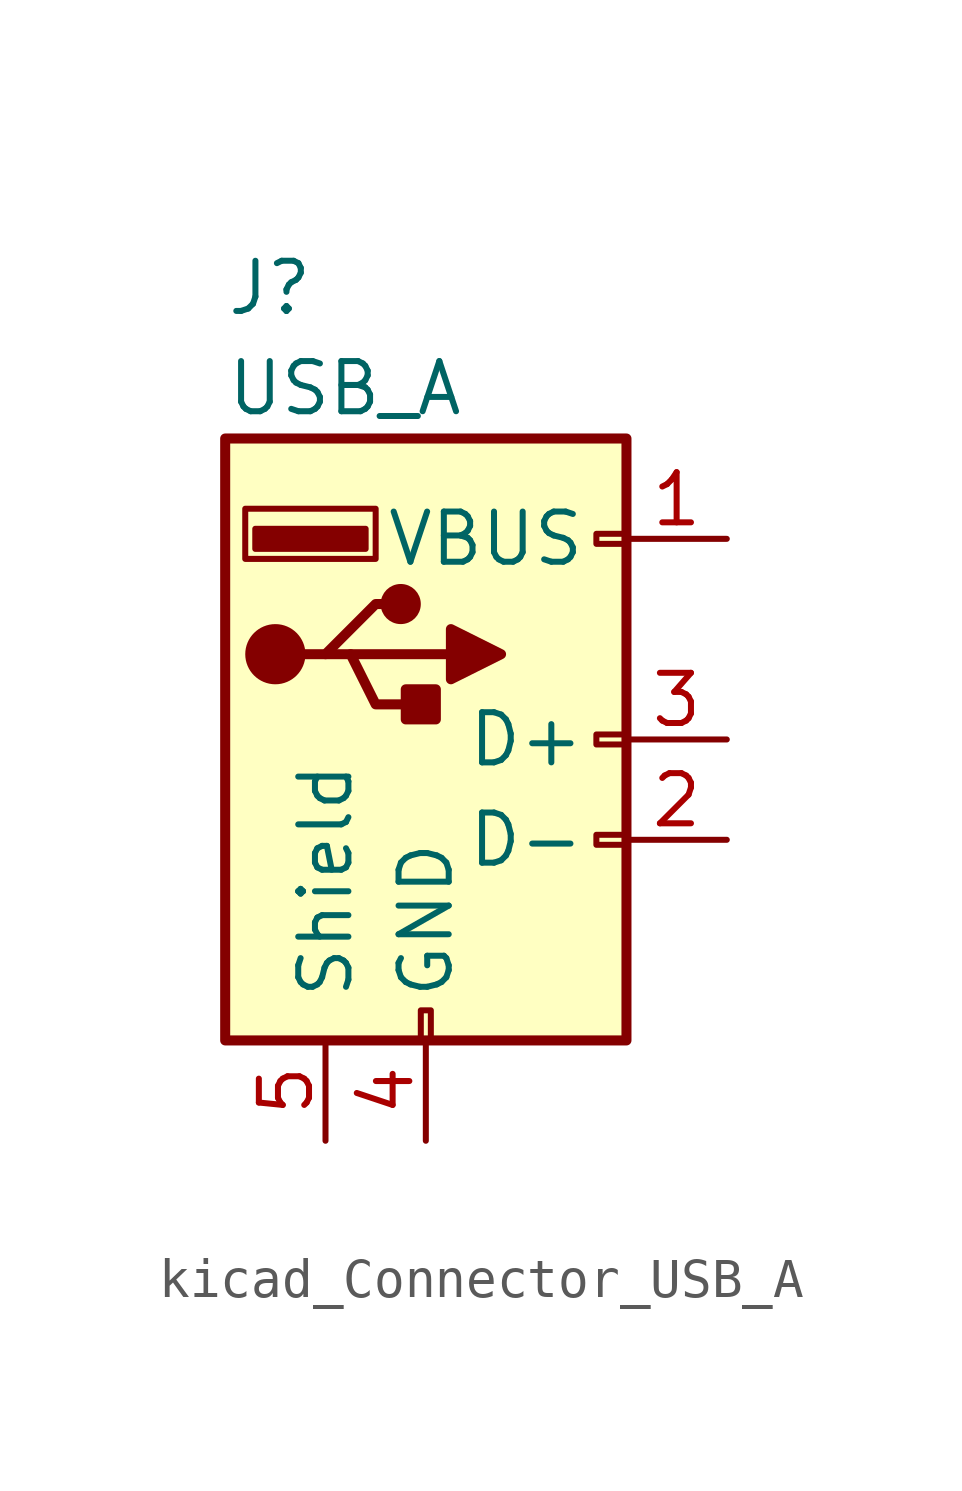
<source format=kicad_sym>
(kicad_symbol_lib
  (version 20220914)
  (generator kicad_symbol_editor)
  (symbol "kicad_Connector_USB_A"
    (pin_names
      (offset 1.016))
    (property "Reference" "J"
      (at -5.08 11.43 0)
      (effects (font (size 1.27 1.27)) (justify left)))
    (property "Value" "USB_A"
      (at -5.08 8.89 0)
      (effects (font (size 1.27 1.27)) (justify left)))
    (symbol "kicad_Connector_USB_A_0_1"
      (rectangle (start -5.08 -7.62) (end 5.08 7.62) (stroke (width 0.254) (type default)) (fill (type background)))
      (circle (center -3.81 2.159) (radius 0.635) (stroke (width 0.254) (type default)) (fill (type outline)))
      (rectangle (start -1.524 4.826) (end -4.318 5.334) (stroke (width 0) (type default)) (fill (type outline)))
      (rectangle (start -1.27 4.572) (end -4.572 5.842) (stroke (width 0) (type default)) (fill (type none)))
      (circle (center -0.635 3.429) (radius 0.381) (stroke (width 0.254) (type default)) (fill (type outline)))
      (rectangle (start -0.127 -7.62) (end 0.127 -6.858) (stroke (width 0) (type default)) (fill (type none)))
      (polyline (pts (xy -3.175 2.159) (xy -2.54 2.159) (xy -1.27 3.429) (xy -0.635 3.429)) (stroke (width 0.254) (type default)) (fill (type none)))
      (polyline (pts (xy -2.54 2.159) (xy -1.905 2.159) (xy -1.27 0.889) (xy 0 0.889)) (stroke (width 0.254) (type default)) (fill (type none)))
      (polyline (pts (xy 0.635 2.794) (xy 0.635 1.524) (xy 1.905 2.159) (xy 0.635 2.794)) (stroke (width 0.254) (type default)) (fill (type outline)))
      (rectangle (start 0.254 1.27) (end -0.508 0.508) (stroke (width 0.254) (type default)) (fill (type outline)))
      (rectangle (start 5.08 -2.667) (end 4.318 -2.413) (stroke (width 0) (type default)) (fill (type none)))
      (rectangle (start 5.08 -0.127) (end 4.318 0.127) (stroke (width 0) (type default)) (fill (type none)))
      (rectangle (start 5.08 4.953) (end 4.318 5.207) (stroke (width 0) (type default)) (fill (type none))))
    (symbol "kicad_Connector_USB_A_1_1"
      (polyline (pts (xy -1.905 2.159) (xy 0.635 2.159)) (stroke (width 0.254) (type default)) (fill (type none)))
      (pin power_in line (at 7.62 5.08 180) (length 2.54) (name "VBUS" (effects (font (size 1.27 1.27)))) (number "1" (effects (font (size 1.27 1.27)))))
      (pin bidirectional line (at 7.62 -2.54 180) (length 2.54) (name "D-" (effects (font (size 1.27 1.27)))) (number "2" (effects (font (size 1.27 1.27)))))
      (pin bidirectional line (at 7.62 0 180) (length 2.54) (name "D+" (effects (font (size 1.27 1.27)))) (number "3" (effects (font (size 1.27 1.27)))))
      (pin power_in line (at 0 -10.16 90) (length 2.54) (name "GND" (effects (font (size 1.27 1.27)))) (number "4" (effects (font (size 1.27 1.27)))))
      (pin passive line (at -2.54 -10.16 90) (length 2.54) (name "Shield" (effects (font (size 1.27 1.27)))) (number "5" (effects (font (size 1.27 1.27))))))))
</source>
